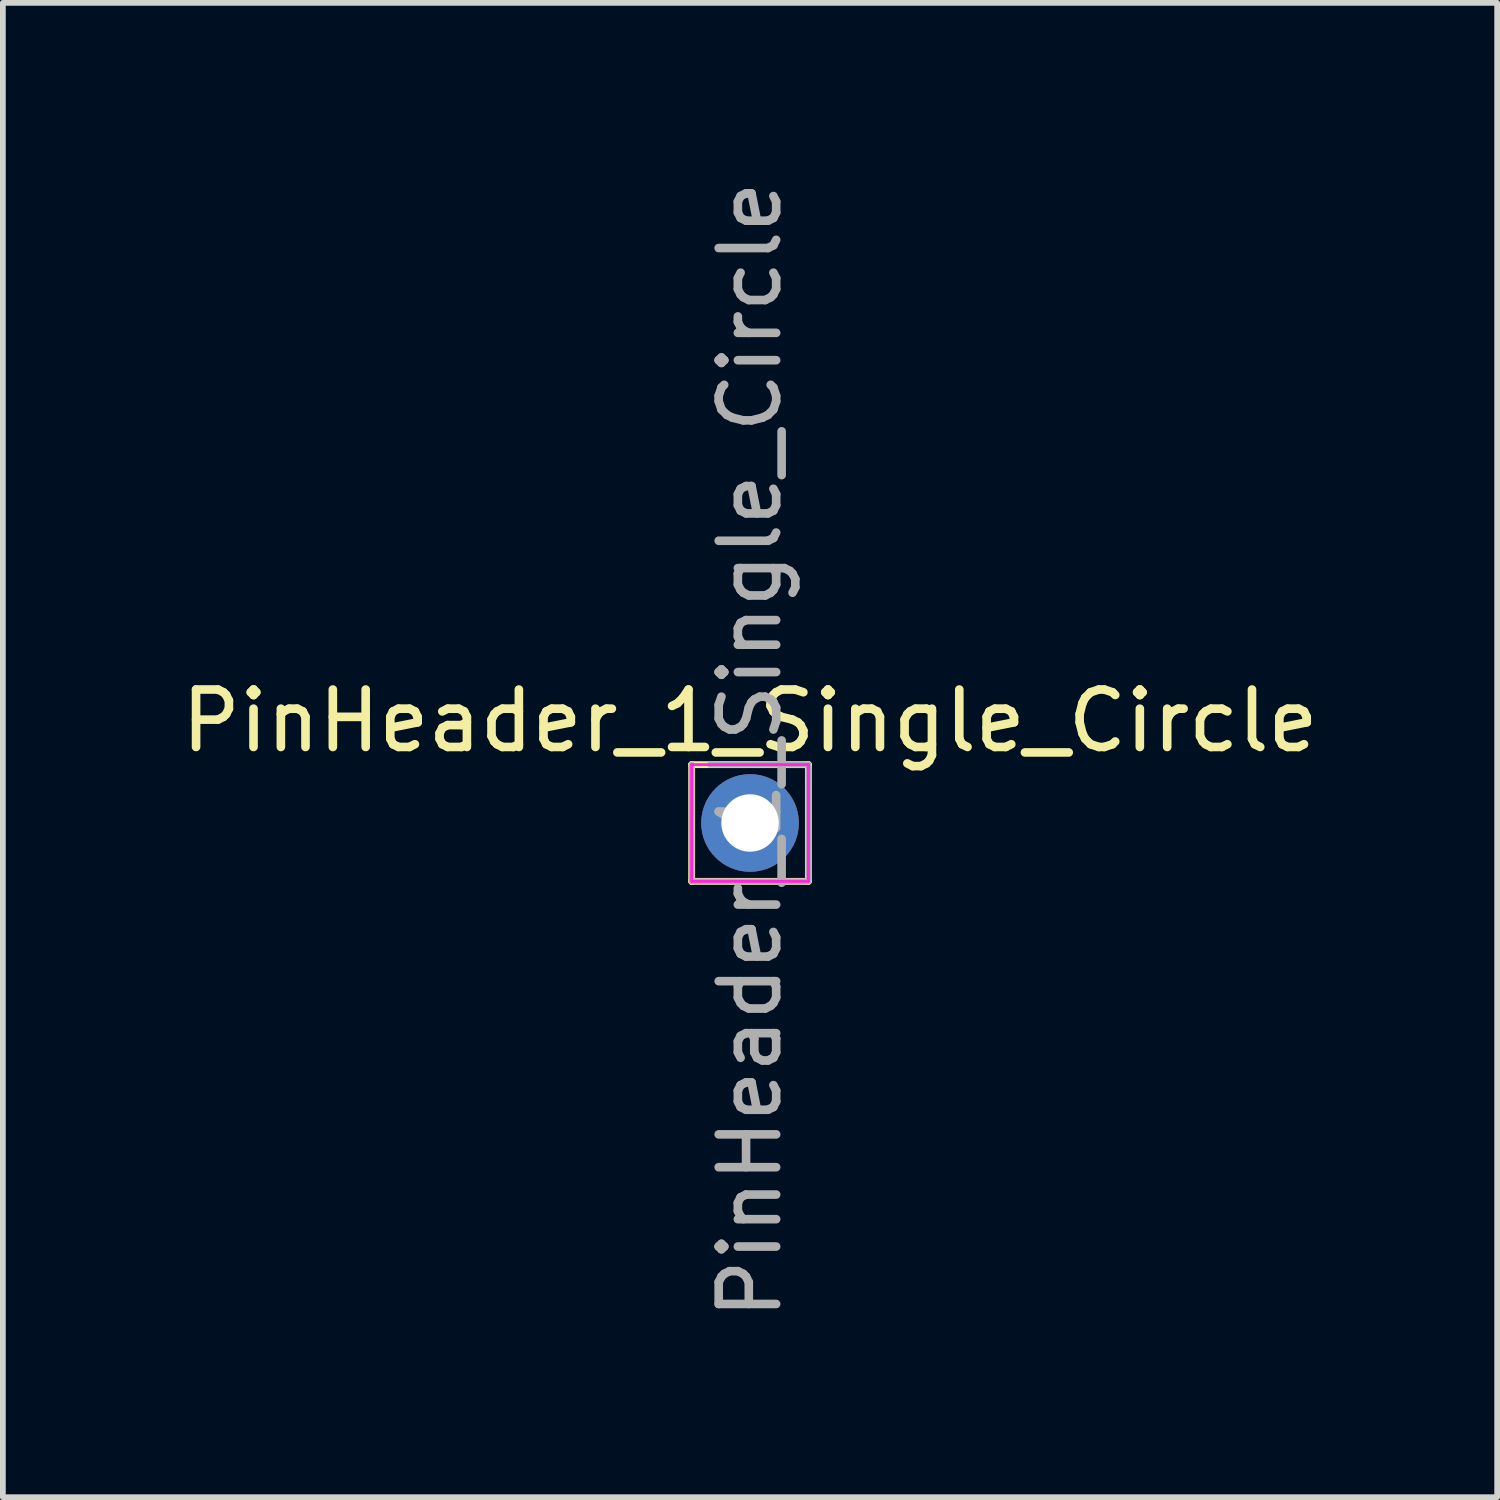
<source format=kicad_pcb>
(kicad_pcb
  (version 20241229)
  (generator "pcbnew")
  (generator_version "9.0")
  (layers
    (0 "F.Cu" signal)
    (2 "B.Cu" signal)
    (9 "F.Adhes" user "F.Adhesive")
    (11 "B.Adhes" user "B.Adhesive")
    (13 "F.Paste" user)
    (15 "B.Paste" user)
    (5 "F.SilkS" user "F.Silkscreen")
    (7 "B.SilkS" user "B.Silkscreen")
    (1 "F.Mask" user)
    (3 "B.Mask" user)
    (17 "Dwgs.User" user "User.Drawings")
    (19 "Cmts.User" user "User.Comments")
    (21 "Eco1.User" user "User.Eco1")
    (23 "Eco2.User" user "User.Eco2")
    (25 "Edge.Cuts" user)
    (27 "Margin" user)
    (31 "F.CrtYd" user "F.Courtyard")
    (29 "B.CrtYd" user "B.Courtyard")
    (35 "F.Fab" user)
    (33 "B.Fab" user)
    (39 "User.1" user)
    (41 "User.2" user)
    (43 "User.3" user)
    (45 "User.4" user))
  (footprint "PinHeader_1_Single_Circle"
    (layer "F.Cu")
    (at 10.006 8.736)
    (property "Reference" "PinHeader_1_Single_Circle" (at 0 0.762 0) (layer "F.SilkS") (effects (font (size 1 1) (thickness 0.15))))
    (attr through_hole)
    (fp_line (start -1.016 1.524) (end -1.016 3.556) (stroke (width 0.12) (type solid)) (layer "F.SilkS"))
    (fp_line (start -1.016 1.524) (end 1.016 1.524) (stroke (width 0.12) (type solid)) (layer "F.SilkS"))
    (fp_line (start -1.016 3.556) (end 1.016 3.556) (stroke (width 0.12) (type solid)) (layer "F.SilkS"))
    (fp_line (start 1.016 1.524) (end 1.016 3.556) (stroke (width 0.12) (type solid)) (layer "F.SilkS"))
    (fp_line (start -1.016 1.524) (end -1.016 3.556) (stroke (width 0.05) (type solid)) (layer "F.CrtYd"))
    (fp_line (start -1.016 3.556) (end 1.016 3.556) (stroke (width 0.05) (type solid)) (layer "F.CrtYd"))
    (fp_line (start 1.016 1.524) (end -1.016 1.524) (stroke (width 0.05) (type solid)) (layer "F.CrtYd"))
    (fp_line (start 1.016 3.556) (end 1.016 1.524) (stroke (width 0.05) (type solid)) (layer "F.CrtYd"))
    (fp_line (start -1.016 3.556) (end -1.016 1.524) (stroke (width 0.1) (type solid)) (layer "F.Fab"))
    (fp_line (start -0.699 1.524) (end 1.016 1.524) (stroke (width 0.1) (type solid)) (layer "F.Fab"))
    (fp_line (start 1.016 1.524) (end 1.016 3.556) (stroke (width 0.1) (type solid)) (layer "F.Fab"))
    (fp_line (start 1.016 3.556) (end -1.016 3.556) (stroke (width 0.1) (type solid)) (layer "F.Fab"))
    (fp_text user "${REFERENCE}" (at 0 1.27 90) (layer "F.Fab") (effects (font (size 1 1) (thickness 0.15))))
    (pad "1" thru_hole oval (at 0 2.54) (size 1.7 1.7) (drill 1) (layers "*.Cu" "*.Mask")))
  (gr_rect
    (start -3 -3)
    (end 23.012 23.012)
    (stroke (width 0.1) (type default))
    (fill no)
    (layer "Edge.Cuts")))
</source>
